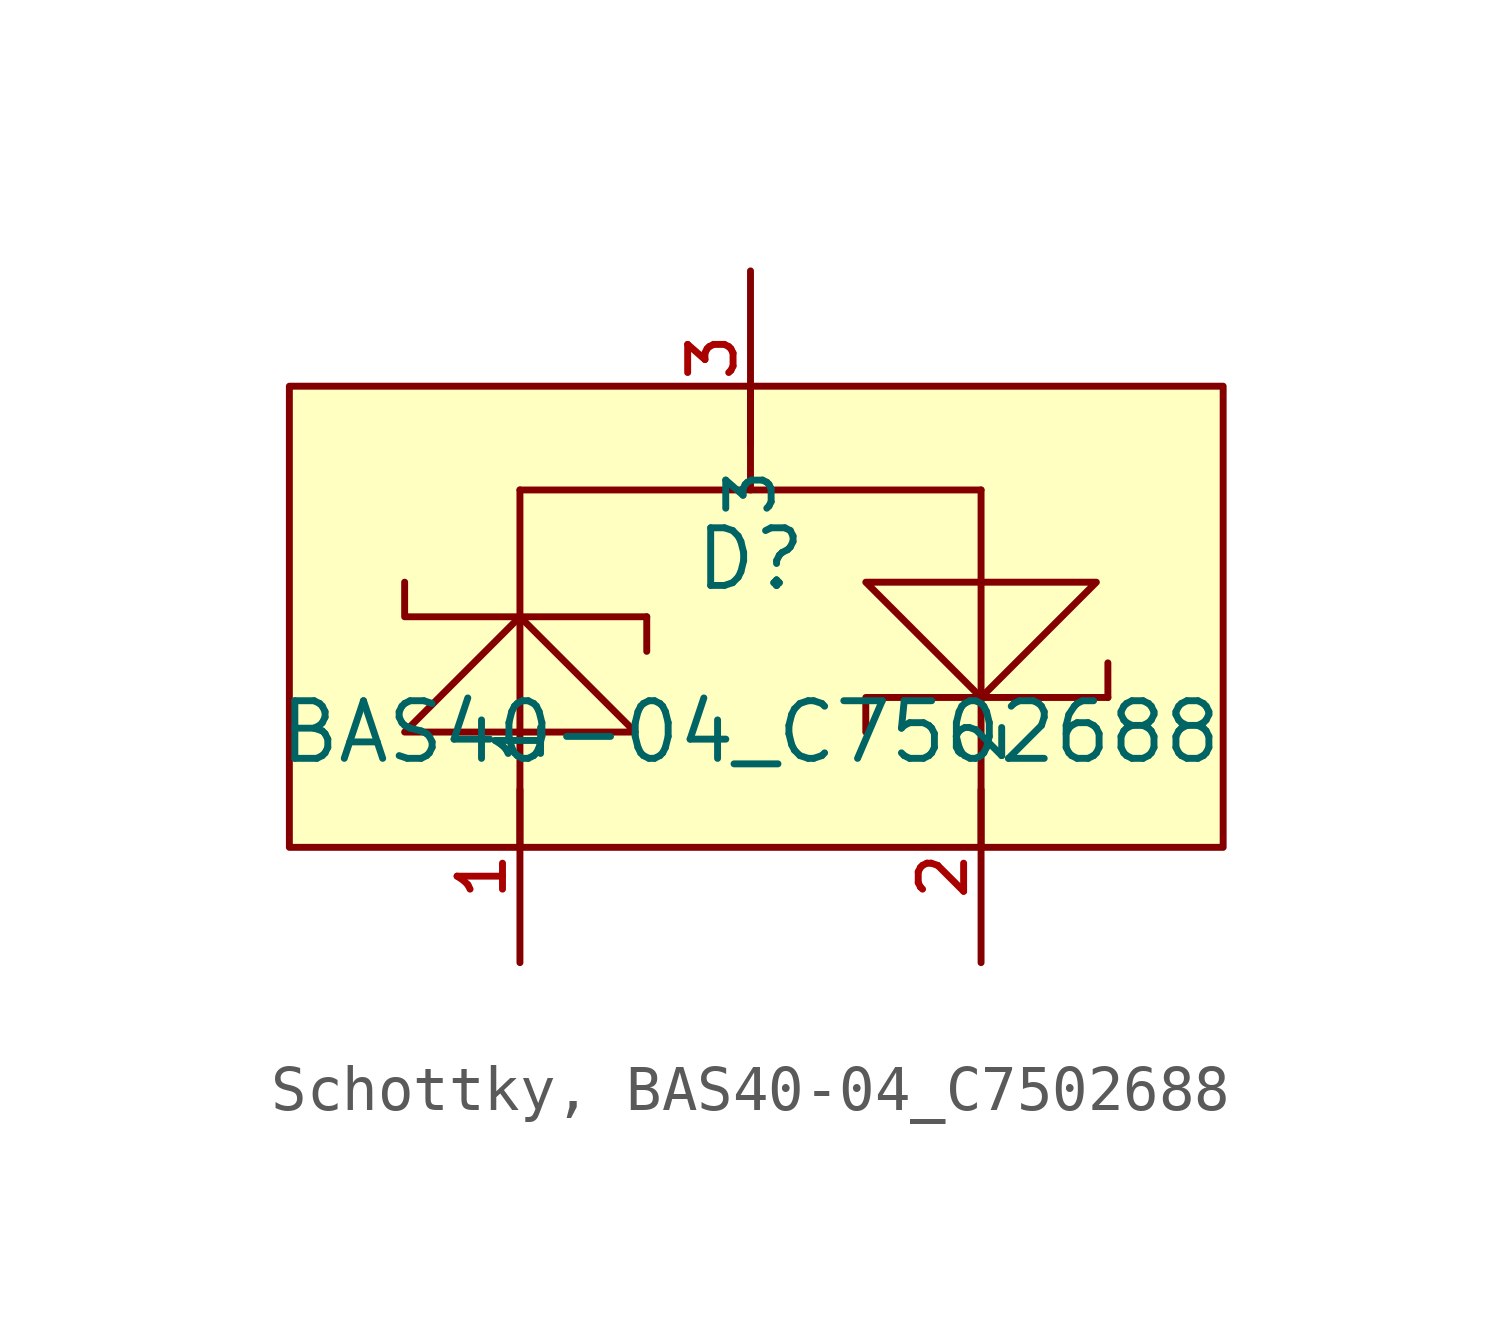
<source format=kicad_sym>
(kicad_symbol_lib
  (version 20231120)
  (generator "CDFER_Archive_Tool")
  (generator_version "0.0")
  (symbol "Schottky, BAS40-04_C7502688"
    (property "Reference" "D"
      (at 0 1.27 0)
      (effects (font (size 1.27 1.27))))
    (property "Value" "BAS40-04_C7502688"
      (at 0 -2.54 0)
      (effects (font (size 1.27 1.27))))
    (symbol "Schottky, BAS40-04_C7502688_0_1"
      (rectangle (start -10.16 5.08) (end 10.414 -5.08) (stroke (width 0) (type default)) (fill (type background)))
      (polyline (pts (xy -5.08 2.794) (xy -5.08 -5.08)) (stroke (width 0) (type default)) (fill (type none)))
      (polyline (pts (xy -5.08 2.794) (xy 5.08 2.794)) (stroke (width 0) (type default)) (fill (type none)))
      (polyline (pts (xy -2.286 0) (xy -2.286 -0.762)) (stroke (width 0) (type default)) (fill (type none)))
      (polyline (pts (xy 0 5.08) (xy 0 2.794)) (stroke (width 0) (type default)) (fill (type none)))
      (polyline (pts (xy 5.08 2.794) (xy 5.08 -5.08)) (stroke (width 0) (type default)) (fill (type none)))
      (polyline (pts (xy 7.874 -1.778) (xy 7.874 -1.016)) (stroke (width 0) (type default)) (fill (type none)))
      (polyline (pts (xy 2.54 -2.54) (xy 2.54 -1.778) (xy 7.874 -1.778)) (stroke (width 0) (type default)) (fill (type none)))
      (polyline (pts (xy -7.62 0.762) (xy -7.62 0) (xy -5.08 0) (xy -2.286 0)) (stroke (width 0) (type default)) (fill (type none)))
      (polyline (pts (xy -2.54 -2.54) (xy -5.08 0) (xy -7.62 -2.54) (xy -2.54 -2.54)) (stroke (width 0) (type default)) (fill (type background)))
      (polyline (pts (xy 7.62 0.762) (xy 5.08 -1.778) (xy 2.54 0.762) (xy 7.62 0.762)) (stroke (width 0) (type default)) (fill (type background)))
      (pin input line (at -5.08 -7.62 90) (length 3.81) (name "1" (effects (font (size 1 1)))) (number "1" (effects (font (size 1 1)))))
      (pin input line (at 5.08 -7.62 90) (length 3.81) (name "2" (effects (font (size 1 1)))) (number "2" (effects (font (size 1 1)))))
      (pin input line (at 0 7.62 270) (length 3.81) (name "3" (effects (font (size 1 1)))) (number "3" (effects (font (size 1 1))))))))
</source>
